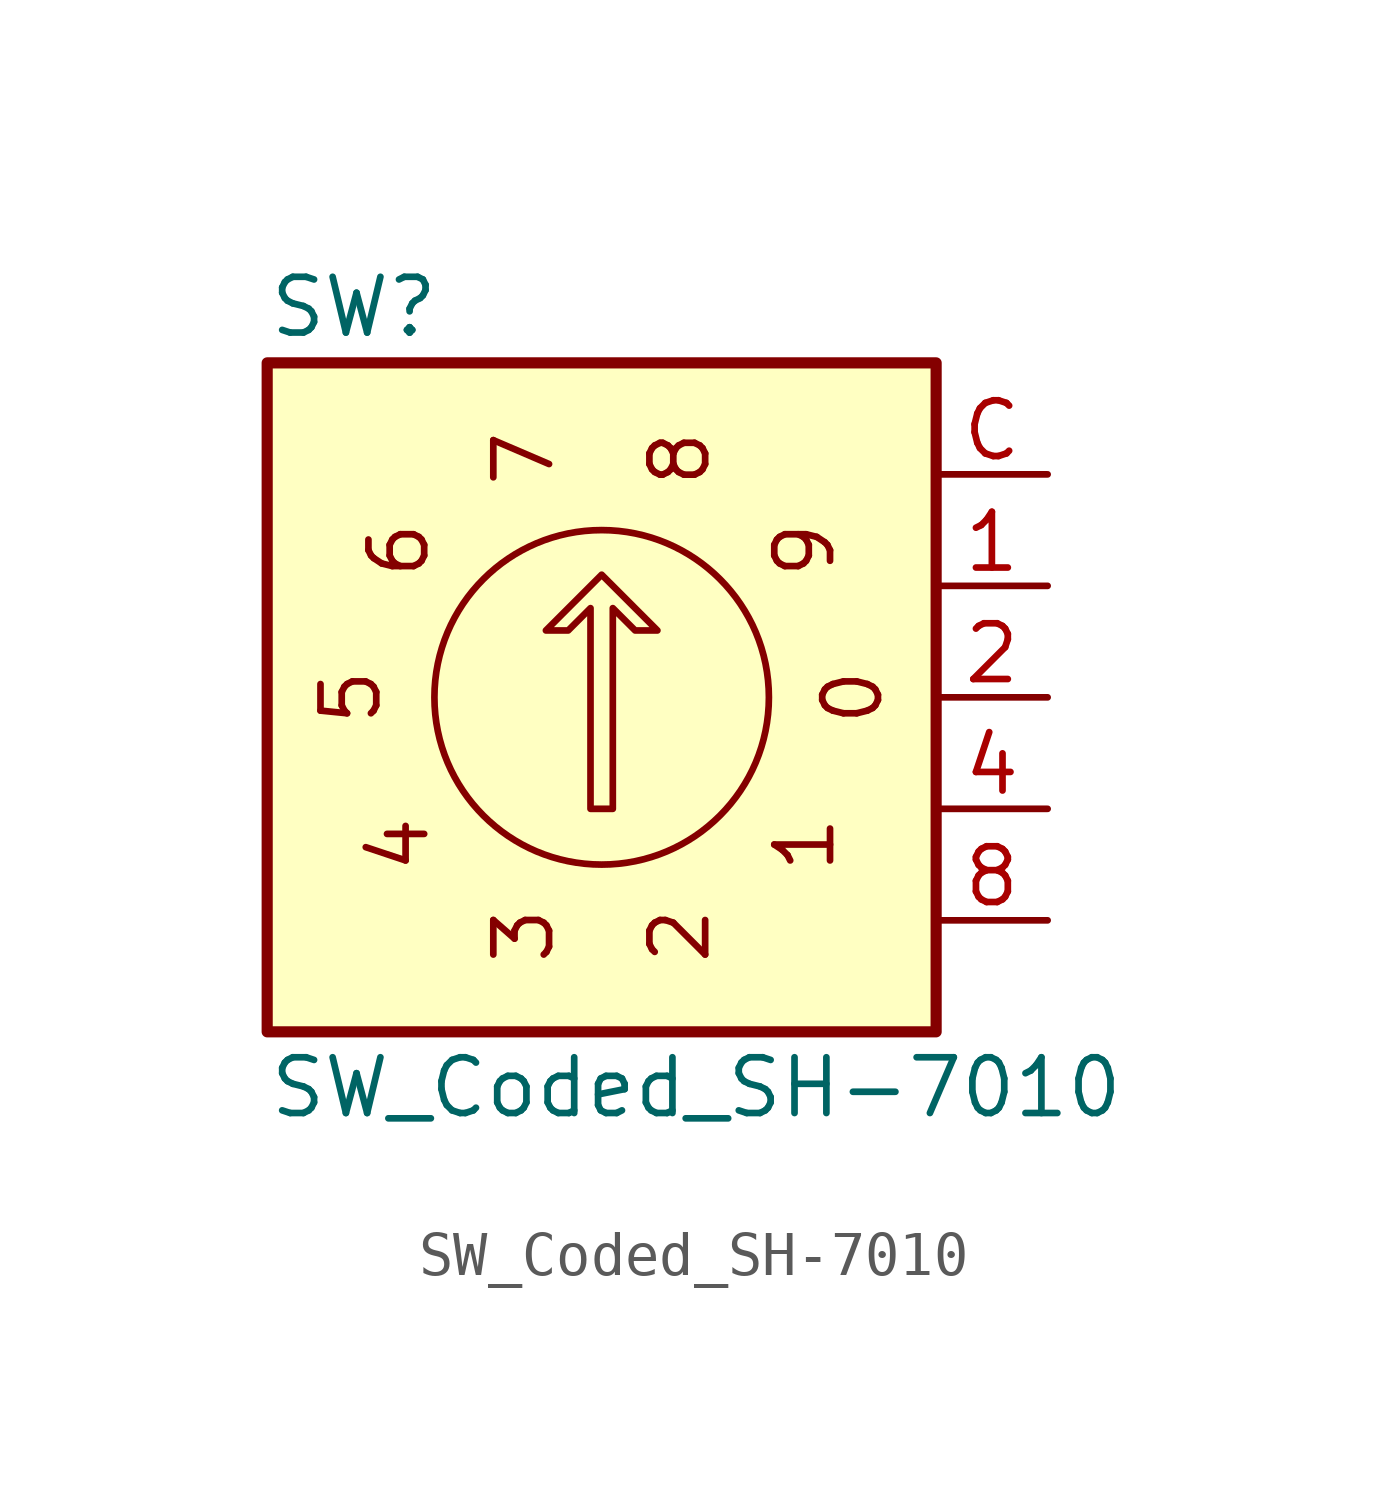
<source format=kicad_sym>
(kicad_symbol_lib
  (version 20200908)
  (generator kicad_symbol_editor)
  (symbol "Switch:SW_Coded_SH-7010"
    (pin_names hide)
    (property "Reference" "SW"
      (at -7.62 8.89 0)
      (effects (font (size 1.27 1.27)) (justify left)))
    (property "Value" "SW_Coded_SH-7010"
      (at -7.62 -8.89 0)
      (effects (font (size 1.27 1.27)) (justify left)))
    (symbol "SW_Coded_SH-7010_0_1"
      (circle (center 0 0) (radius 3.81) (stroke (width 0)) (fill (type none)))
      (rectangle (start 7.62 7.62) (end -7.62 -7.62) (stroke (width 0.254)) (fill (type background)))
      (polyline (pts (xy -0.254 -2.54) (xy -0.254 2.032) (xy -0.762 1.524) (xy -1.27 1.524) (xy 0 2.794) (xy 1.27 1.524) (xy 0.762 1.524) (xy 0.254 2.032) (xy 0.254 -2.54) (xy -0.254 -2.54) (xy -0.254 -2.54)) (stroke (width 0)) (fill (type none))))
    (symbol "SW_Coded_SH-7010_0_0"
      (text "0" (at 5.715 0 2700) (effects (font (size 1.27 1.27))))
      (text "1" (at 4.623 -3.353 2340) (effects (font (size 1.27 1.27))))
      (text "2" (at 1.778 -5.436 1980) (effects (font (size 1.27 1.27))))
      (text "3" (at -1.778 -5.436 1620) (effects (font (size 1.27 1.27))))
      (text "4" (at -4.623 -3.353 1260) (effects (font (size 1.27 1.27))))
      (text "5" (at -5.715 0 900) (effects (font (size 1.27 1.27))))
      (text "6" (at -4.623 3.353 540) (effects (font (size 1.27 1.27))))
      (text "7" (at -1.778 5.436 180) (effects (font (size 1.27 1.27))))
      (text "8" (at 1.778 5.436 3420) (effects (font (size 1.27 1.27))))
      (text "9" (at 4.623 3.353 3060) (effects (font (size 1.27 1.27)))))
    (symbol "SW_Coded_SH-7010_1_1"
      (pin passive line (at 10.16 2.54 180) (length 2.54) (name "1" (effects (font (size 1.27 1.27)))) (number "1" (effects (font (size 1.27 1.27)))))
      (pin passive line (at 10.16 0 180) (length 2.54) (name "2" (effects (font (size 1.27 1.27)))) (number "2" (effects (font (size 1.27 1.27)))))
      (pin passive line (at 10.16 -2.54 180) (length 2.54) (name "4" (effects (font (size 1.27 1.27)))) (number "4" (effects (font (size 1.27 1.27)))))
      (pin passive line (at 10.16 -5.08 180) (length 2.54) (name "8" (effects (font (size 1.27 1.27)))) (number "8" (effects (font (size 1.27 1.27)))))
      (pin passive line (at 10.16 5.08 180) (length 2.54) (name "C" (effects (font (size 1.27 1.27)))) (number "C" (effects (font (size 1.27 1.27))))))))
</source>
